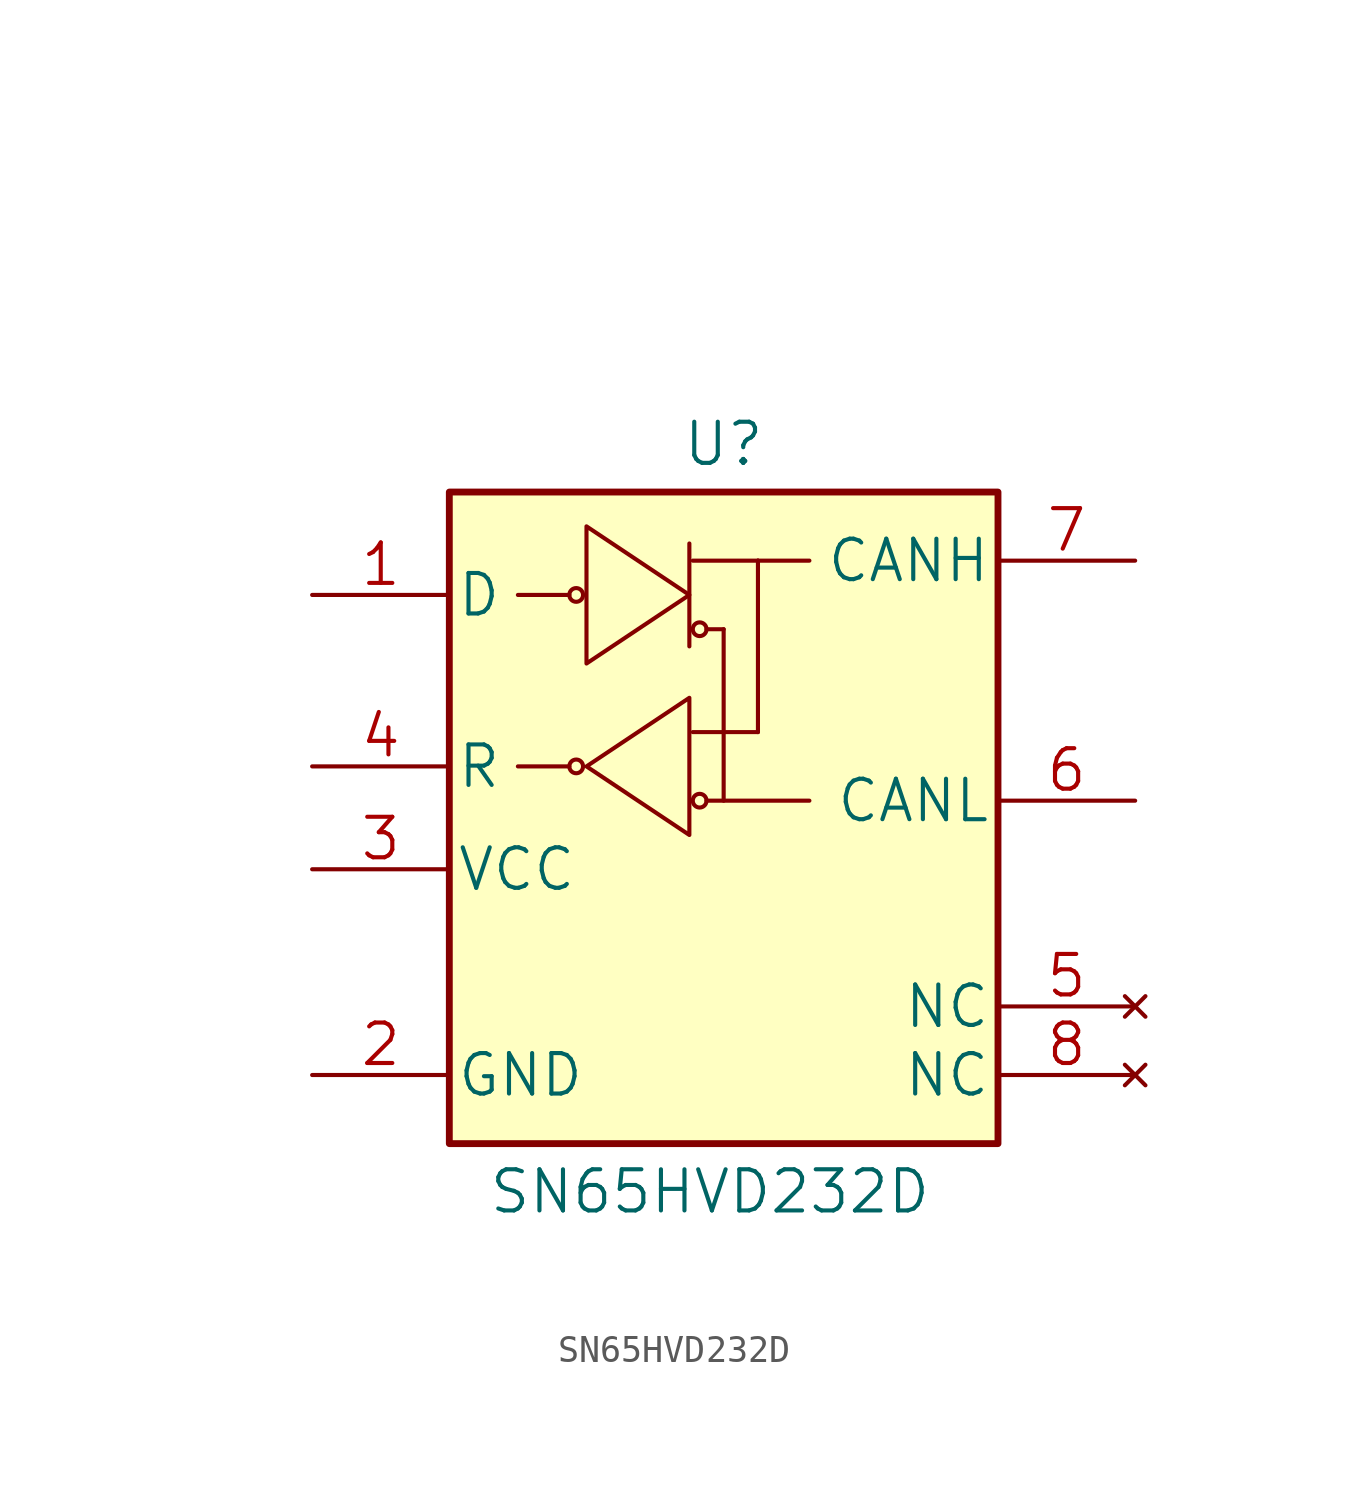
<source format=kicad_sym>
(kicad_symbol_lib
  (version 20231120)
  (generator "kicad_symbol_editor")
  (generator_version "8.0")
  (symbol "SN65HVD232D"
    (pin_names
      (offset 0.254))
    (property "Reference" "U"
      (at 16.51 15.748 0)
      (effects (font (size 1.524 1.524))))
    (property "Value" "SN65HVD232D"
      (at 16.002 -11.938 0)
      (effects (font (size 1.524 1.524))))
    (property "Datasheet" ""
      (at -2.54 24.13 0)
      (effects (font (size 1.524 1.524))))
    (symbol "SN65HVD232D_0_1"
      (polyline (pts (xy 8.89 3.81) (xy 10.795 3.81)) (stroke (width 0) (type default)) (fill (type none)))
      (polyline (pts (xy 10.795 10.16) (xy 8.89 10.16)) (stroke (width 0) (type default)) (fill (type none)))
      (polyline (pts (xy 15.24 8.255) (xy 15.24 12.065)) (stroke (width 0) (type default)) (fill (type none)))
      (polyline (pts (xy 15.367 5.08) (xy 17.78 5.08)) (stroke (width 0) (type default)) (fill (type none)))
      (polyline (pts (xy 15.367 11.43) (xy 17.78 11.43)) (stroke (width 0) (type default)) (fill (type none)))
      (polyline (pts (xy 15.875 2.54) (xy 19.685 2.54)) (stroke (width 0) (type default)) (fill (type none)))
      (polyline (pts (xy 15.875 8.89) (xy 16.51 8.89)) (stroke (width 0) (type default)) (fill (type none)))
      (polyline (pts (xy 16.51 8.89) (xy 16.51 2.54)) (stroke (width 0) (type default)) (fill (type none)))
      (polyline (pts (xy 17.78 11.43) (xy 17.78 5.08)) (stroke (width 0) (type default)) (fill (type none)))
      (polyline (pts (xy 17.78 11.43) (xy 19.685 11.43)) (stroke (width 0) (type default)) (fill (type none)))
      (polyline (pts (xy 11.43 12.7) (xy 11.43 7.62) (xy 15.24 10.16) (xy 11.43 12.7)) (stroke (width 0) (type default)) (fill (type none)))
      (polyline (pts (xy 15.24 6.35) (xy 15.24 1.27) (xy 11.43 3.81) (xy 15.24 6.35)) (stroke (width 0) (type default)) (fill (type none)))
      (circle (center 11.049 3.81) (radius 0.254) (stroke (width 0) (type default)) (fill (type none)))
      (circle (center 11.049 10.16) (radius 0.254) (stroke (width 0) (type default)) (fill (type none)))
      (circle (center 15.621 2.54) (radius 0.254) (stroke (width 0) (type default)) (fill (type none)))
      (circle (center 15.621 8.89) (radius 0.254) (stroke (width 0) (type default)) (fill (type none))))
    (symbol "SN65HVD232D_1_1"
      (rectangle (start 6.35 13.97) (end 26.67 -10.16) (stroke (width 0.254) (type default)) (fill (type background)))
      (pin unspecified line (at 1.27 10.16 0) (length 5.08) (name "D" (effects (font (size 1.499 1.499)))) (number "1" (effects (font (size 1.499 1.499)))))
      (pin passive line (at 1.27 -7.62 0) (length 5.08) (name "GND" (effects (font (size 1.499 1.499)))) (number "2" (effects (font (size 1.499 1.499)))))
      (pin passive line (at 1.27 0 0) (length 5.08) (name "VCC" (effects (font (size 1.499 1.499)))) (number "3" (effects (font (size 1.499 1.499)))))
      (pin unspecified line (at 1.27 3.81 0) (length 5.08) (name "R" (effects (font (size 1.499 1.499)))) (number "4" (effects (font (size 1.499 1.499)))))
      (pin no_connect line (at 31.75 -5.08 180) (length 5.08) (name "NC" (effects (font (size 1.499 1.499)))) (number "5" (effects (font (size 1.499 1.499)))))
      (pin bidirectional line (at 31.75 2.54 180) (length 5.08) (name "CANL" (effects (font (size 1.499 1.499)))) (number "6" (effects (font (size 1.499 1.499)))))
      (pin bidirectional line (at 31.75 11.43 180) (length 5.08) (name "CANH" (effects (font (size 1.499 1.499)))) (number "7" (effects (font (size 1.499 1.499)))))
      (pin no_connect line (at 31.75 -7.62 180) (length 5.08) (name "NC" (effects (font (size 1.499 1.499)))) (number "8" (effects (font (size 1.499 1.499))))))))
</source>
